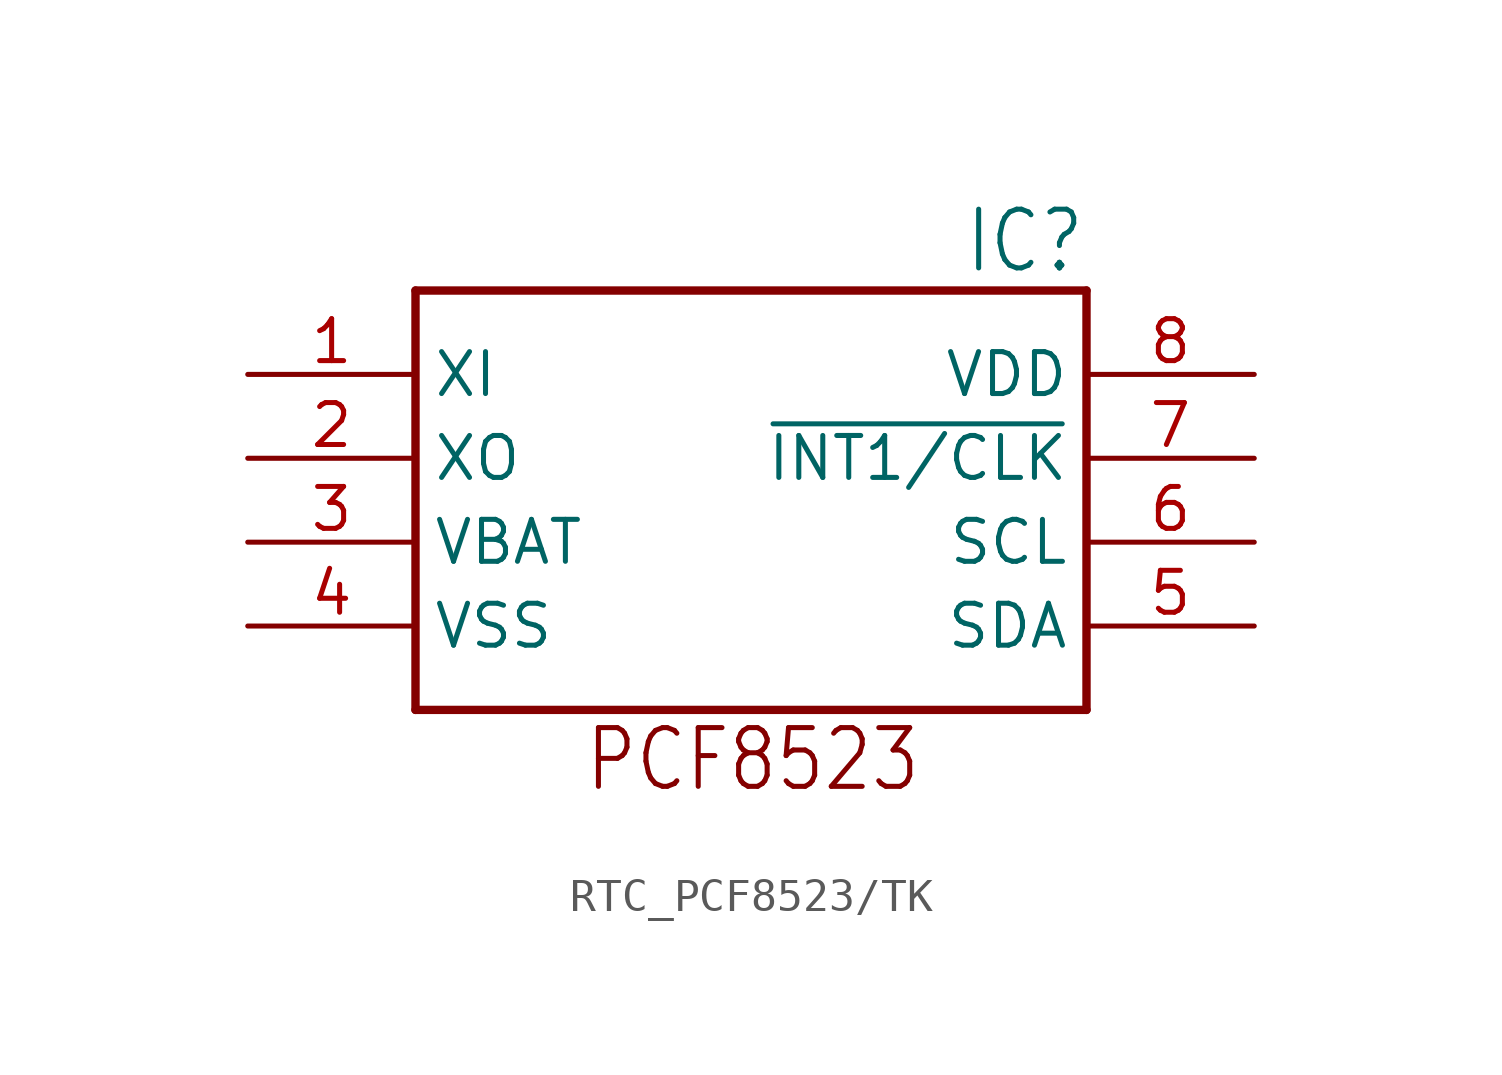
<source format=kicad_sym>
(kicad_symbol_lib
  (version 20241209)
  (generator "kicad_symbol_editor")
  (generator_version "9.0")
  (symbol "RTC_PCF8523/TK"
    (property "Reference" "IC"
      (at 10.16 7.62 0)
      (effects (font (size 1.778 1.511)) (justify right top)))
    (property "ki_locked" ""
      (at 0 0 0)
      (effects (font (size 1.27 1.27))))
    (symbol "RTC_PCF8523/TK_1_0"
      (polyline (pts (xy -10.16 5.08) (xy 10.16 5.08)) (stroke (width 0.254) (type solid)) (fill (type none)))
      (polyline (pts (xy -10.16 -7.62) (xy -10.16 5.08)) (stroke (width 0.254) (type solid)) (fill (type none)))
      (polyline (pts (xy 10.16 5.08) (xy 10.16 -7.62)) (stroke (width 0.254) (type solid)) (fill (type none)))
      (polyline (pts (xy 10.16 -7.62) (xy -10.16 -7.62)) (stroke (width 0.254) (type solid)) (fill (type none)))
      (text "PCF8523" (at -5.08 -10.16 0) (effects (font (size 1.778 1.511)) (justify left bottom)))
      (pin input line (at -15.24 2.54 0) (length 5.08) (name "XI" (effects (font (size 1.27 1.27)))) (number "1" (effects (font (size 1.27 1.27)))))
      (pin output line (at -15.24 0 0) (length 5.08) (name "XO" (effects (font (size 1.27 1.27)))) (number "2" (effects (font (size 1.27 1.27)))))
      (pin power_in line (at -15.24 -2.54 0) (length 5.08) (name "VBAT" (effects (font (size 1.27 1.27)))) (number "3" (effects (font (size 1.27 1.27)))))
      (pin power_in line (at -15.24 -5.08 0) (length 5.08) (name "VSS" (effects (font (size 1.27 1.27)))) (number "4" (effects (font (size 1.27 1.27)))))
      (pin passive line (at -3.81 -6.35 0) (length 5.08) (hide yes) (name "PAD" (effects (font (size 1.27 1.27)))) (number "9" (effects (font (size 1.27 1.27)))))
      (pin power_in line (at 15.24 2.54 180) (length 5.08) (name "VDD" (effects (font (size 1.27 1.27)))) (number "8" (effects (font (size 1.27 1.27)))))
      (pin output line (at 15.24 0 180) (length 5.08) (name "~{INT1/CLK}" (effects (font (size 1.27 1.27)))) (number "7" (effects (font (size 1.27 1.27)))))
      (pin bidirectional line (at 15.24 -2.54 180) (length 5.08) (name "SCL" (effects (font (size 1.27 1.27)))) (number "6" (effects (font (size 1.27 1.27)))))
      (pin bidirectional line (at 15.24 -5.08 180) (length 5.08) (name "SDA" (effects (font (size 1.27 1.27)))) (number "5" (effects (font (size 1.27 1.27))))))))
</source>
